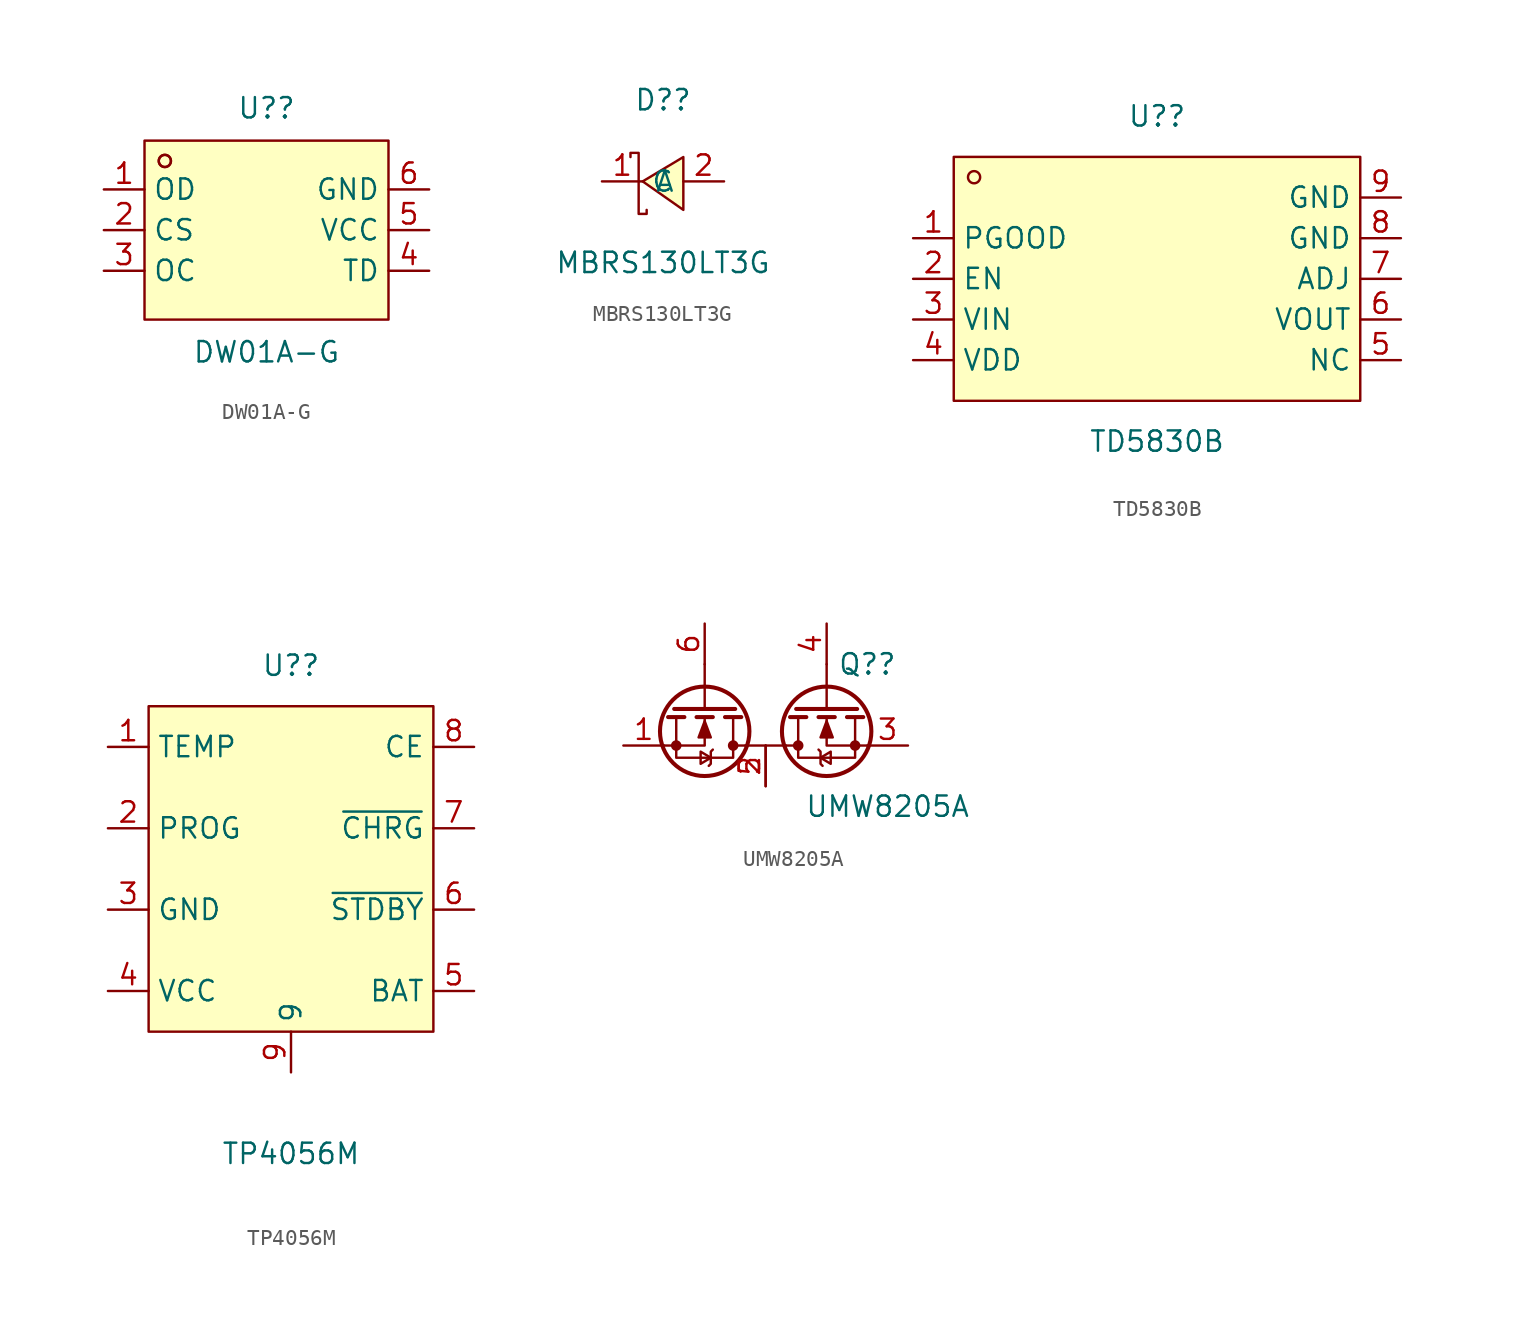
<source format=kicad_sym>
(kicad_symbol_lib
  (version 20211014)
  (generator https://github.com/uPesy/easyeda2kicad.py)
  (symbol "DW01A-G"
    (property "Reference" "U?"
      (at 0 7.62 0)
      (effects (font (size 1.27 1.27))))
    (property "Value" "DW01A-G"
      (at 0 -7.62 0)
      (effects (font (size 1.27 1.27))))
    (symbol "DW01A-G_0_1"
      (rectangle (start -7.62 5.59) (end 7.62 -5.59) (stroke (width 0) (type default) (color 0 0 0 0)) (fill (type background)))
      (circle (center -6.35 4.32) (radius 0.38) (stroke (width 0) (type default) (color 0 0 0 0)) (fill (type none)))
      (circle (center -6.35 4.32) (radius 0.38) (stroke (width 0) (type default) (color 0 0 0 0)) (fill (type none)))
      (pin unspecified line (at -10.16 2.54 0) (length 2.54) (name "OD" (effects (font (size 1.27 1.27)))) (number "1" (effects (font (size 1.27 1.27)))))
      (pin unspecified line (at -10.16 0 0) (length 2.54) (name "CS" (effects (font (size 1.27 1.27)))) (number "2" (effects (font (size 1.27 1.27)))))
      (pin unspecified line (at -10.16 -2.54 0) (length 2.54) (name "OC" (effects (font (size 1.27 1.27)))) (number "3" (effects (font (size 1.27 1.27)))))
      (pin unspecified line (at 10.16 -2.54 180) (length 2.54) (name "TD" (effects (font (size 1.27 1.27)))) (number "4" (effects (font (size 1.27 1.27)))))
      (pin unspecified line (at 10.16 0 180) (length 2.54) (name "VCC" (effects (font (size 1.27 1.27)))) (number "5" (effects (font (size 1.27 1.27)))))
      (pin unspecified line (at 10.16 2.54 180) (length 2.54) (name "GND" (effects (font (size 1.27 1.27)))) (number "6" (effects (font (size 1.27 1.27)))))))
  (symbol "MBRS130LT3G"
    (property "Reference" "D?"
      (at 0 5.08 0)
      (effects (font (size 1.27 1.27))))
    (property "Value" "MBRS130LT3G"
      (at 0 -5.08 0)
      (effects (font (size 1.27 1.27))))
    (symbol "MBRS130LT3G_0_1"
      (polyline (pts (xy 1.27 1.52) (xy -1.27 0) (xy 1.27 -1.78) (xy 1.27 1.52)) (stroke (width 0) (type default) (color 0 0 0 0)) (fill (type background)))
      (polyline (pts (xy -2.03 1.52) (xy -2.03 1.78) (xy -1.52 1.78) (xy -1.52 -2.03) (xy -1.02 -2.03) (xy -1.02 -1.78)) (stroke (width 0) (type default) (color 0 0 0 0)) (fill (type none)))
      (pin unspecified line (at -3.81 0 0) (length 2.54) (name "C" (effects (font (size 1.27 1.27)))) (number "1" (effects (font (size 1.27 1.27)))))
      (pin unspecified line (at 3.81 0 180) (length 2.54) (name "A" (effects (font (size 1.27 1.27)))) (number "2" (effects (font (size 1.27 1.27)))))))
  (symbol "TD5830B"
    (property "Reference" "U?"
      (at 0 10.16 0)
      (effects (font (size 1.27 1.27))))
    (property "Value" "TD5830B"
      (at 0 -10.16 0)
      (effects (font (size 1.27 1.27))))
    (symbol "TD5830B_0_1"
      (rectangle (start -12.7 7.62) (end 12.7 -7.62) (stroke (width 0) (type default) (color 0 0 0 0)) (fill (type background)))
      (circle (center -11.43 6.35) (radius 0.38) (stroke (width 0) (type default) (color 0 0 0 0)) (fill (type none)))
      (pin unspecified line (at -15.24 2.54 0) (length 2.54) (name "PGOOD" (effects (font (size 1.27 1.27)))) (number "1" (effects (font (size 1.27 1.27)))))
      (pin unspecified line (at -15.24 0 0) (length 2.54) (name "EN" (effects (font (size 1.27 1.27)))) (number "2" (effects (font (size 1.27 1.27)))))
      (pin unspecified line (at -15.24 -2.54 0) (length 2.54) (name "VIN" (effects (font (size 1.27 1.27)))) (number "3" (effects (font (size 1.27 1.27)))))
      (pin unspecified line (at -15.24 -5.08 0) (length 2.54) (name "VDD" (effects (font (size 1.27 1.27)))) (number "4" (effects (font (size 1.27 1.27)))))
      (pin unspecified line (at 15.24 -5.08 180) (length 2.54) (name "NC" (effects (font (size 1.27 1.27)))) (number "5" (effects (font (size 1.27 1.27)))))
      (pin unspecified line (at 15.24 -2.54 180) (length 2.54) (name "VOUT" (effects (font (size 1.27 1.27)))) (number "6" (effects (font (size 1.27 1.27)))))
      (pin unspecified line (at 15.24 0 180) (length 2.54) (name "ADJ" (effects (font (size 1.27 1.27)))) (number "7" (effects (font (size 1.27 1.27)))))
      (pin unspecified line (at 15.24 2.54 180) (length 2.54) (name "GND" (effects (font (size 1.27 1.27)))) (number "8" (effects (font (size 1.27 1.27)))))
      (pin unspecified line (at 15.24 5.08 180) (length 2.54) (name "GND" (effects (font (size 1.27 1.27)))) (number "9" (effects (font (size 1.27 1.27)))))))
  (symbol "TP4056M"
    (property "Reference" "U?"
      (at 0 12.7 0)
      (effects (font (size 1.27 1.27))))
    (property "Value" "TP4056M"
      (at 0 -17.78 0)
      (effects (font (size 1.27 1.27))))
    (symbol "TP4056M_0_1"
      (rectangle (start -8.89 10.16) (end 8.89 -10.16) (stroke (width 0) (type default) (color 0 0 0 0)) (fill (type background)))
      (pin unspecified line (at -11.43 7.62 0) (length 2.54) (name "TEMP" (effects (font (size 1.27 1.27)))) (number "1" (effects (font (size 1.27 1.27)))))
      (pin unspecified line (at -11.43 2.54 0) (length 2.54) (name "PROG" (effects (font (size 1.27 1.27)))) (number "2" (effects (font (size 1.27 1.27)))))
      (pin unspecified line (at -11.43 -2.54 0) (length 2.54) (name "GND" (effects (font (size 1.27 1.27)))) (number "3" (effects (font (size 1.27 1.27)))))
      (pin unspecified line (at -11.43 -7.62 0) (length 2.54) (name "VCC" (effects (font (size 1.27 1.27)))) (number "4" (effects (font (size 1.27 1.27)))))
      (pin unspecified line (at 11.43 -7.62 180) (length 2.54) (name "BAT" (effects (font (size 1.27 1.27)))) (number "5" (effects (font (size 1.27 1.27)))))
      (pin unspecified line (at 11.43 -2.54 180) (length 2.54) (name "~{STDBY}" (effects (font (size 1.27 1.27)))) (number "6" (effects (font (size 1.27 1.27)))))
      (pin unspecified line (at 11.43 2.54 180) (length 2.54) (name "~{CHRG}" (effects (font (size 1.27 1.27)))) (number "7" (effects (font (size 1.27 1.27)))))
      (pin unspecified line (at 11.43 7.62 180) (length 2.54) (name "CE" (effects (font (size 1.27 1.27)))) (number "8" (effects (font (size 1.27 1.27)))))
      (pin unspecified line (at 0 -12.7 90) (length 2.54) (name "9" (effects (font (size 1.27 1.27)))) (number "9" (effects (font (size 1.27 1.27)))))))
  (symbol "UMW8205A"
    (pin_names hide)
    (property "Reference" "Q?"
      (at 6.35 5.08 0)
      (effects (font (size 1.27 1.27))))
    (property "Value" "UMW8205A"
      (at 7.62 -3.81 0)
      (effects (font (size 1.27 1.27))))
    (symbol "UMW8205A_0_1"
      (circle (center -5.588 0) (radius 0.254) (stroke (width 0) (type default) (color 0 0 0 0)) (fill (type outline)))
      (circle (center -3.81 0.889) (radius 2.794) (stroke (width 0.254) (type default) (color 0 0 0 0)) (fill (type none)))
      (circle (center -2.032 0) (radius 0.254) (stroke (width 0) (type default) (color 0 0 0 0)) (fill (type outline)))
      (polyline (pts (xy -5.08 1.778) (xy -6.096 1.778)) (stroke (width 0.254) (type default) (color 0 0 0 0)) (fill (type none)))
      (polyline (pts (xy -3.81 2.286) (xy -3.81 5.08)) (stroke (width 0) (type default) (color 0 0 0 0)) (fill (type none)))
      (polyline (pts (xy -3.302 1.778) (xy -4.318 1.778)) (stroke (width 0.254) (type default) (color 0 0 0 0)) (fill (type none)))
      (polyline (pts (xy -1.905 2.286) (xy -5.715 2.286)) (stroke (width 0.254) (type default) (color 0 0 0 0)) (fill (type none)))
      (polyline (pts (xy -1.524 1.778) (xy -2.54 1.778)) (stroke (width 0.254) (type default) (color 0 0 0 0)) (fill (type none)))
      (polyline (pts (xy -1.27 0) (xy -2.032 0)) (stroke (width 0) (type default) (color 0 0 0 0)) (fill (type none)))
      (polyline (pts (xy -1.27 0) (xy 1.27 0)) (stroke (width 0) (type default) (color 0 0 0 0)) (fill (type none)))
      (polyline (pts (xy 1.27 0) (xy 2.032 0)) (stroke (width 0) (type default) (color 0 0 0 0)) (fill (type none)))
      (polyline (pts (xy 1.524 1.778) (xy 2.54 1.778)) (stroke (width 0.254) (type default) (color 0 0 0 0)) (fill (type none)))
      (polyline (pts (xy 1.905 2.286) (xy 5.715 2.286)) (stroke (width 0.254) (type default) (color 0 0 0 0)) (fill (type none)))
      (polyline (pts (xy 3.302 1.778) (xy 4.318 1.778)) (stroke (width 0.254) (type default) (color 0 0 0 0)) (fill (type none)))
      (polyline (pts (xy 3.81 2.286) (xy 3.81 5.08)) (stroke (width 0) (type default) (color 0 0 0 0)) (fill (type none)))
      (polyline (pts (xy 5.08 1.778) (xy 6.096 1.778)) (stroke (width 0.254) (type default) (color 0 0 0 0)) (fill (type none)))
      (polyline (pts (xy -6.35 0) (xy -3.81 0) (xy -3.81 1.778)) (stroke (width 0) (type default) (color 0 0 0 0)) (fill (type none)))
      (polyline (pts (xy 6.35 0) (xy 3.81 0) (xy 3.81 1.778)) (stroke (width 0) (type default) (color 0 0 0 0)) (fill (type none)))
      (polyline (pts (xy -5.588 1.778) (xy -5.588 -0.762) (xy -2.032 -0.762) (xy -2.032 1.778)) (stroke (width 0) (type default) (color 0 0 0 0)) (fill (type none)))
      (polyline (pts (xy -3.81 1.524) (xy -3.429 0.508) (xy -4.191 0.508) (xy -3.81 1.524)) (stroke (width 0) (type default) (color 0 0 0 0)) (fill (type outline)))
      (polyline (pts (xy -3.429 -0.762) (xy -4.064 -0.381) (xy -4.064 -1.143) (xy -3.429 -0.762)) (stroke (width 0) (type default) (color 0 0 0 0)) (fill (type none)))
      (polyline (pts (xy -3.302 -0.254) (xy -3.429 -0.381) (xy -3.429 -1.143) (xy -3.556 -1.27)) (stroke (width 0) (type default) (color 0 0 0 0)) (fill (type none)))
      (polyline (pts (xy 3.302 -0.254) (xy 3.429 -0.381) (xy 3.429 -1.143) (xy 3.556 -1.27)) (stroke (width 0) (type default) (color 0 0 0 0)) (fill (type none)))
      (polyline (pts (xy 3.429 -0.762) (xy 4.064 -0.381) (xy 4.064 -1.143) (xy 3.429 -0.762)) (stroke (width 0) (type default) (color 0 0 0 0)) (fill (type none)))
      (polyline (pts (xy 3.81 1.524) (xy 3.429 0.508) (xy 4.191 0.508) (xy 3.81 1.524)) (stroke (width 0) (type default) (color 0 0 0 0)) (fill (type outline)))
      (polyline (pts (xy 5.588 1.778) (xy 5.588 -0.762) (xy 2.032 -0.762) (xy 2.032 1.778)) (stroke (width 0) (type default) (color 0 0 0 0)) (fill (type none)))
      (circle (center 2.032 0) (radius 0.254) (stroke (width 0) (type default) (color 0 0 0 0)) (fill (type outline)))
      (circle (center 3.81 0.889) (radius 2.794) (stroke (width 0.254) (type default) (color 0 0 0 0)) (fill (type none)))
      (circle (center 5.588 0) (radius 0.254) (stroke (width 0) (type default) (color 0 0 0 0)) (fill (type outline))))
    (symbol "UMW8205A_1_1"
      (pin passive line (at -8.89 0 0) (length 2.54) (name "S1" (effects (font (size 1.27 1.27)))) (number "1" (effects (font (size 1.27 1.27)))))
      (pin passive line (at 0 -2.54 90) (length 2.54) (name "D1/D2" (effects (font (size 1.27 1.27)))) (number "2" (effects (font (size 1.27 1.27)))))
      (pin passive line (at 8.89 0 180) (length 2.54) (name "S2" (effects (font (size 1.27 1.27)))) (number "3" (effects (font (size 1.27 1.27)))))
      (pin input line (at 3.81 7.62 270) (length 2.54) (name "G2" (effects (font (size 1.27 1.27)))) (number "4" (effects (font (size 1.27 1.27)))))
      (pin passive line (at 0 -2.54 90) (length 2.54) (name "D1/D2" (effects (font (size 1.27 1.27)))) (number "5" (effects (font (size 1.27 1.27)))))
      (pin input line (at -3.81 7.62 270) (length 2.54) (name "G1" (effects (font (size 1.27 1.27)))) (number "6" (effects (font (size 1.27 1.27))))))))
</source>
